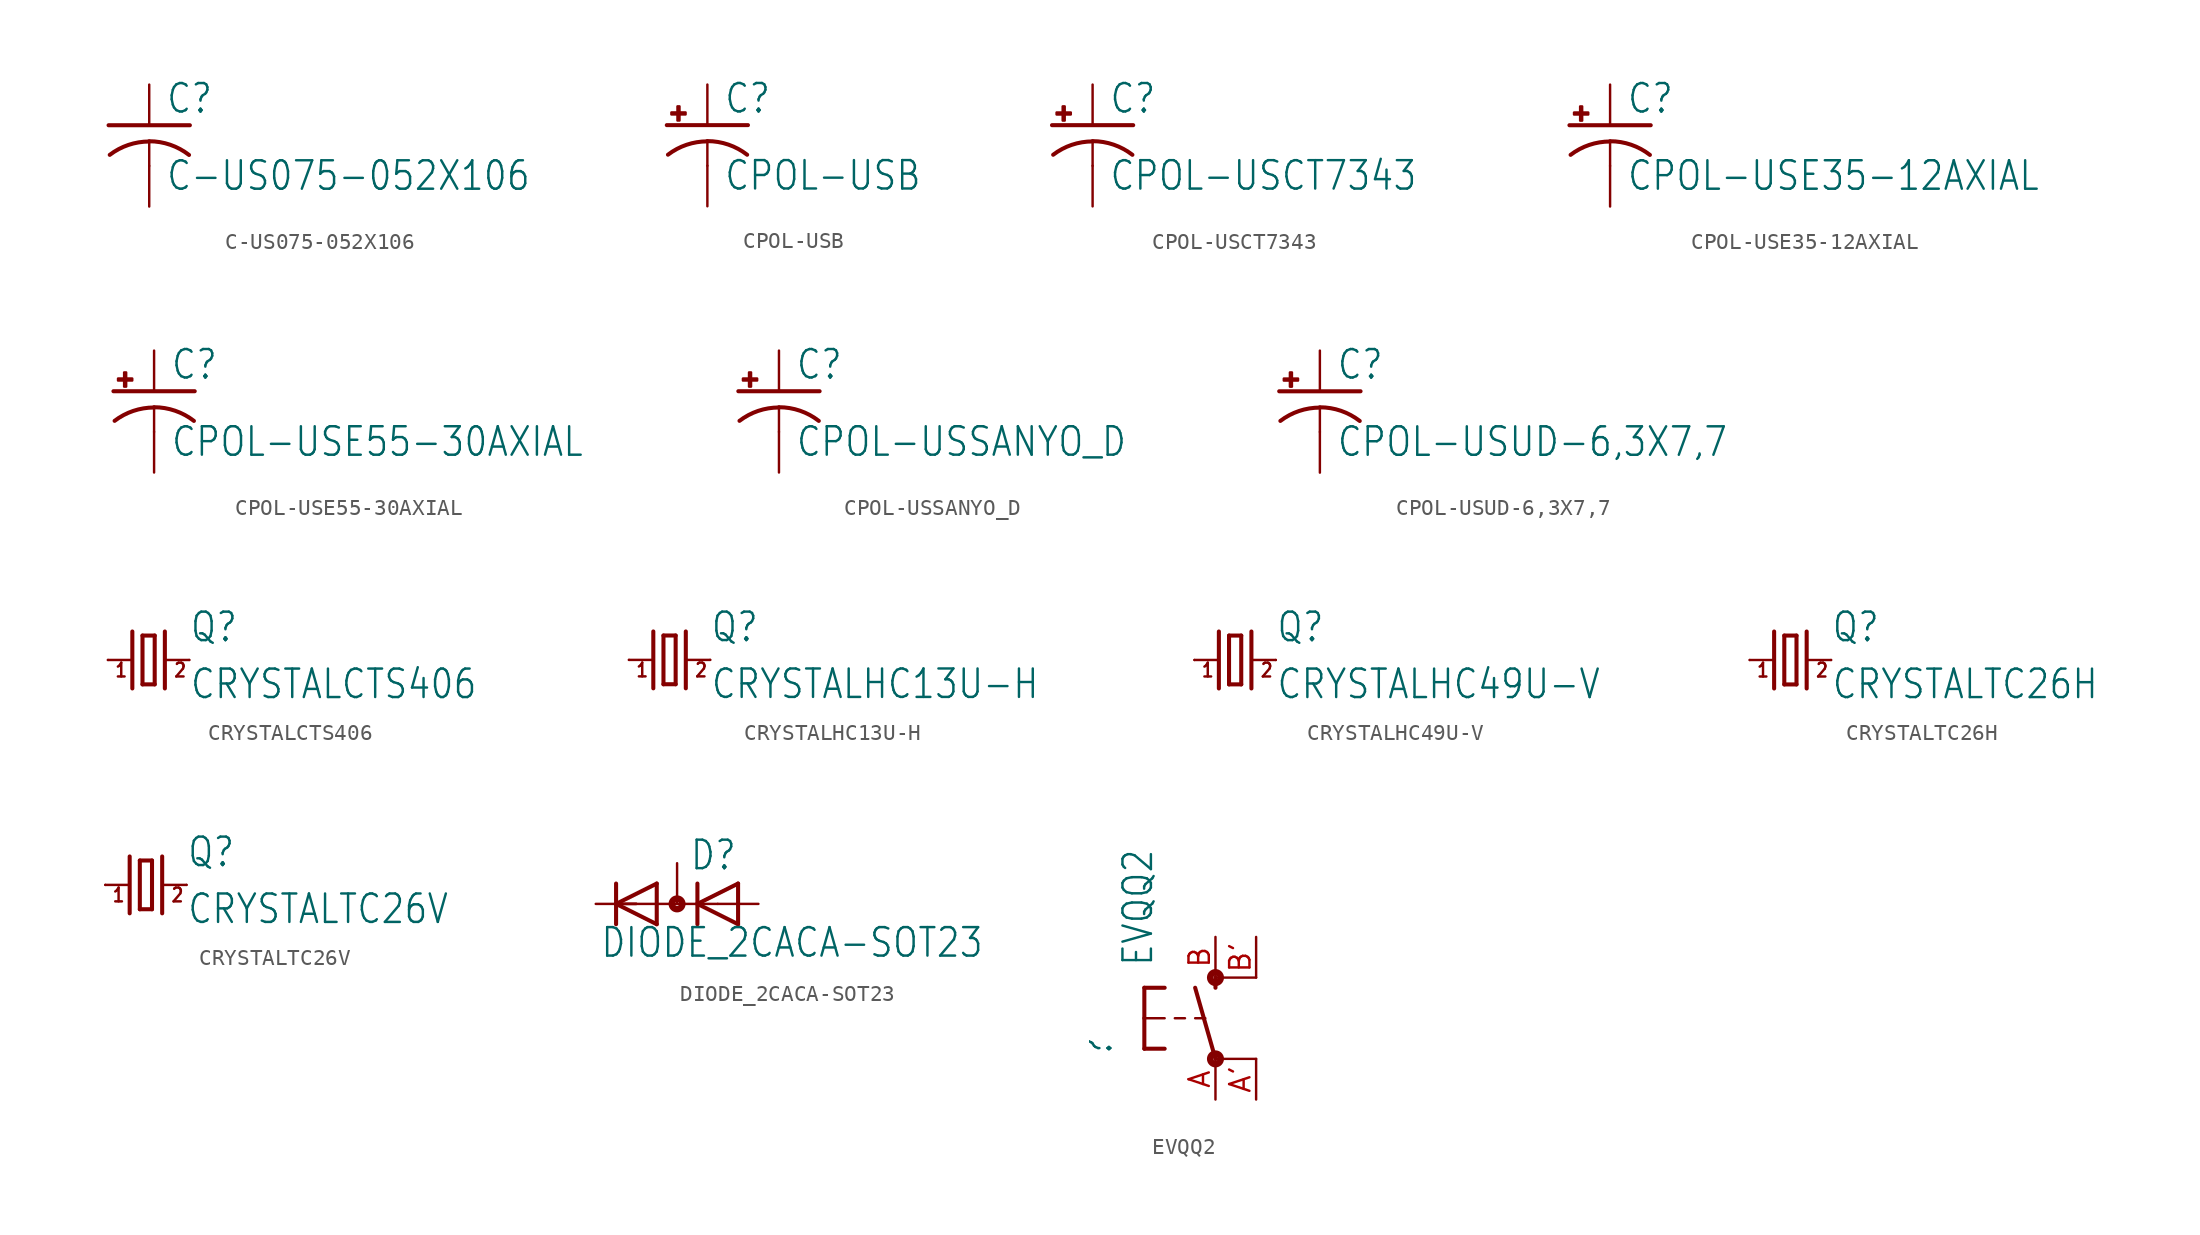
<source format=kicad_sym>
(kicad_symbol_lib
  (version 20211014)
  (generator kicad_symbol_editor)
  (symbol "C-US075-052X106"
    (property "Reference" "C"
      (at 1.016 0.635 0)
      (effects (font (size 1.778 1.511)) (justify left bottom)))
    (property "Value" "C-US075-052X106"
      (at 1.016 -4.191 0)
      (effects (font (size 1.778 1.511)) (justify left bottom)))
    (property "ki_locked" ""
      (at 0 0 0)
      (effects (font (size 1.27 1.27))))
    (symbol "C-US075-052X106_1_0"
      (arc (start 0 -1.0161) (mid -1.302 -1.2303) (end -2.4668 -1.8504) (stroke (width 0.254) (type default) (color 0 0 0 0)) (fill (type none)))
      (polyline (pts (xy -2.54 0) (xy 2.54 0)) (stroke (width 0.254) (type default) (color 0 0 0 0)) (fill (type none)))
      (polyline (pts (xy 0 -1.016) (xy 0 -2.54)) (stroke (width 0.152) (type default) (color 0 0 0 0)) (fill (type none)))
      (arc (start 2.4892 -1.8542) (mid 1.3158 -1.2195) (end 0 -1) (stroke (width 0.254) (type default) (color 0 0 0 0)) (fill (type none)))
      (pin passive line (at 0 2.54 270) (length 2.54) (name "1" (effects (font (size 0 0)))) (number "1" (effects (font (size 0 0)))))
      (pin passive line (at 0 -5.08 90) (length 2.54) (name "2" (effects (font (size 0 0)))) (number "2" (effects (font (size 0 0)))))))
  (symbol "CPOL-USB"
    (property "Reference" "C"
      (at 1.016 0.635 0)
      (effects (font (size 1.778 1.511)) (justify left bottom)))
    (property "Value" "CPOL-USB"
      (at 1.016 -4.191 0)
      (effects (font (size 1.778 1.511)) (justify left bottom)))
    (property "ki_locked" ""
      (at 0 0 0)
      (effects (font (size 1.27 1.27))))
    (symbol "CPOL-USB_1_0"
      (rectangle (start -2.253 0.668) (end -1.364 0.795) (stroke (width 0) (type default) (color 0 0 0 0)) (fill (type outline)))
      (rectangle (start -1.872 0.287) (end -1.745 1.176) (stroke (width 0) (type default) (color 0 0 0 0)) (fill (type outline)))
      (arc (start 0 -1.0161) (mid -1.3021 -1.2302) (end -2.4669 -1.8504) (stroke (width 0.254) (type default) (color 0 0 0 0)) (fill (type none)))
      (polyline (pts (xy -2.54 0) (xy 2.54 0)) (stroke (width 0.254) (type default) (color 0 0 0 0)) (fill (type none)))
      (polyline (pts (xy 0 -1.016) (xy 0 -2.54)) (stroke (width 0.152) (type default) (color 0 0 0 0)) (fill (type none)))
      (arc (start 2.4892 -1.8542) (mid 1.3158 -1.2195) (end 0 -1) (stroke (width 0.254) (type default) (color 0 0 0 0)) (fill (type none)))
      (pin passive line (at 0 2.54 270) (length 2.54) (name "+" (effects (font (size 0 0)))) (number "+" (effects (font (size 0 0)))))
      (pin passive line (at 0 -5.08 90) (length 2.54) (name "-" (effects (font (size 0 0)))) (number "-" (effects (font (size 0 0)))))))
  (symbol "CPOL-USCT7343"
    (property "Reference" "C"
      (at 1.016 0.635 0)
      (effects (font (size 1.778 1.511)) (justify left bottom)))
    (property "Value" "CPOL-USCT7343"
      (at 1.016 -4.191 0)
      (effects (font (size 1.778 1.511)) (justify left bottom)))
    (property "ki_locked" ""
      (at 0 0 0)
      (effects (font (size 1.27 1.27))))
    (symbol "CPOL-USCT7343_1_0"
      (rectangle (start -2.253 0.668) (end -1.364 0.795) (stroke (width 0) (type default) (color 0 0 0 0)) (fill (type outline)))
      (rectangle (start -1.872 0.287) (end -1.745 1.176) (stroke (width 0) (type default) (color 0 0 0 0)) (fill (type outline)))
      (arc (start 0 -1.0161) (mid -1.3021 -1.2302) (end -2.4669 -1.8504) (stroke (width 0.254) (type default) (color 0 0 0 0)) (fill (type none)))
      (polyline (pts (xy -2.54 0) (xy 2.54 0)) (stroke (width 0.254) (type default) (color 0 0 0 0)) (fill (type none)))
      (polyline (pts (xy 0 -1.016) (xy 0 -2.54)) (stroke (width 0.152) (type default) (color 0 0 0 0)) (fill (type none)))
      (arc (start 2.4892 -1.8542) (mid 1.3158 -1.2195) (end 0 -1) (stroke (width 0.254) (type default) (color 0 0 0 0)) (fill (type none)))
      (pin passive line (at 0 2.54 270) (length 2.54) (name "+" (effects (font (size 0 0)))) (number "+" (effects (font (size 0 0)))))
      (pin passive line (at 0 -5.08 90) (length 2.54) (name "-" (effects (font (size 0 0)))) (number "-" (effects (font (size 0 0)))))))
  (symbol "CPOL-USE35-12AXIAL"
    (property "Reference" "C"
      (at 1.016 0.635 0)
      (effects (font (size 1.778 1.511)) (justify left bottom)))
    (property "Value" "CPOL-USE35-12AXIAL"
      (at 1.016 -4.191 0)
      (effects (font (size 1.778 1.511)) (justify left bottom)))
    (property "ki_locked" ""
      (at 0 0 0)
      (effects (font (size 1.27 1.27))))
    (symbol "CPOL-USE35-12AXIAL_1_0"
      (rectangle (start -2.253 0.668) (end -1.364 0.795) (stroke (width 0) (type default) (color 0 0 0 0)) (fill (type outline)))
      (rectangle (start -1.872 0.287) (end -1.745 1.176) (stroke (width 0) (type default) (color 0 0 0 0)) (fill (type outline)))
      (arc (start 0 -1.0161) (mid -1.3021 -1.2302) (end -2.4669 -1.8504) (stroke (width 0.254) (type default) (color 0 0 0 0)) (fill (type none)))
      (polyline (pts (xy -2.54 0) (xy 2.54 0)) (stroke (width 0.254) (type default) (color 0 0 0 0)) (fill (type none)))
      (polyline (pts (xy 0 -1.016) (xy 0 -2.54)) (stroke (width 0.152) (type default) (color 0 0 0 0)) (fill (type none)))
      (arc (start 2.4892 -1.8542) (mid 1.3158 -1.2195) (end 0 -1) (stroke (width 0.254) (type default) (color 0 0 0 0)) (fill (type none)))
      (pin passive line (at 0 2.54 270) (length 2.54) (name "+" (effects (font (size 0 0)))) (number "+" (effects (font (size 0 0)))))
      (pin passive line (at 0 -5.08 90) (length 2.54) (name "-" (effects (font (size 0 0)))) (number "-" (effects (font (size 0 0)))))))
  (symbol "CPOL-USE55-30AXIAL"
    (property "Reference" "C"
      (at 1.016 0.635 0)
      (effects (font (size 1.778 1.511)) (justify left bottom)))
    (property "Value" "CPOL-USE55-30AXIAL"
      (at 1.016 -4.191 0)
      (effects (font (size 1.778 1.511)) (justify left bottom)))
    (property "ki_locked" ""
      (at 0 0 0)
      (effects (font (size 1.27 1.27))))
    (symbol "CPOL-USE55-30AXIAL_1_0"
      (rectangle (start -2.253 0.668) (end -1.364 0.795) (stroke (width 0) (type default) (color 0 0 0 0)) (fill (type outline)))
      (rectangle (start -1.872 0.287) (end -1.745 1.176) (stroke (width 0) (type default) (color 0 0 0 0)) (fill (type outline)))
      (arc (start 0 -1.0161) (mid -1.3021 -1.2302) (end -2.4669 -1.8504) (stroke (width 0.254) (type default) (color 0 0 0 0)) (fill (type none)))
      (polyline (pts (xy -2.54 0) (xy 2.54 0)) (stroke (width 0.254) (type default) (color 0 0 0 0)) (fill (type none)))
      (polyline (pts (xy 0 -1.016) (xy 0 -2.54)) (stroke (width 0.152) (type default) (color 0 0 0 0)) (fill (type none)))
      (arc (start 2.4892 -1.8542) (mid 1.3158 -1.2195) (end 0 -1) (stroke (width 0.254) (type default) (color 0 0 0 0)) (fill (type none)))
      (pin passive line (at 0 2.54 270) (length 2.54) (name "+" (effects (font (size 0 0)))) (number "+" (effects (font (size 0 0)))))
      (pin passive line (at 0 -5.08 90) (length 2.54) (name "-" (effects (font (size 0 0)))) (number "-" (effects (font (size 0 0)))))))
  (symbol "CPOL-USSANYO_D"
    (property "Reference" "C"
      (at 1.016 0.635 0)
      (effects (font (size 1.778 1.511)) (justify left bottom)))
    (property "Value" "CPOL-USSANYO_D"
      (at 1.016 -4.191 0)
      (effects (font (size 1.778 1.511)) (justify left bottom)))
    (property "ki_locked" ""
      (at 0 0 0)
      (effects (font (size 1.27 1.27))))
    (symbol "CPOL-USSANYO_D_1_0"
      (rectangle (start -2.253 0.668) (end -1.364 0.795) (stroke (width 0) (type default) (color 0 0 0 0)) (fill (type outline)))
      (rectangle (start -1.872 0.287) (end -1.745 1.176) (stroke (width 0) (type default) (color 0 0 0 0)) (fill (type outline)))
      (arc (start 0 -1.0161) (mid -1.3021 -1.2302) (end -2.4669 -1.8504) (stroke (width 0.254) (type default) (color 0 0 0 0)) (fill (type none)))
      (polyline (pts (xy -2.54 0) (xy 2.54 0)) (stroke (width 0.254) (type default) (color 0 0 0 0)) (fill (type none)))
      (polyline (pts (xy 0 -1.016) (xy 0 -2.54)) (stroke (width 0.152) (type default) (color 0 0 0 0)) (fill (type none)))
      (arc (start 2.4892 -1.8542) (mid 1.3158 -1.2195) (end 0 -1) (stroke (width 0.254) (type default) (color 0 0 0 0)) (fill (type none)))
      (pin passive line (at 0 2.54 270) (length 2.54) (name "+" (effects (font (size 0 0)))) (number "+" (effects (font (size 0 0)))))
      (pin passive line (at 0 -5.08 90) (length 2.54) (name "-" (effects (font (size 0 0)))) (number "-" (effects (font (size 0 0)))))))
  (symbol "CPOL-USUD-6,3X7,7"
    (property "Reference" "C"
      (at 1.016 0.635 0)
      (effects (font (size 1.778 1.511)) (justify left bottom)))
    (property "Value" "CPOL-USUD-6,3X7,7"
      (at 1.016 -4.191 0)
      (effects (font (size 1.778 1.511)) (justify left bottom)))
    (property "ki_locked" ""
      (at 0 0 0)
      (effects (font (size 1.27 1.27))))
    (symbol "CPOL-USUD-6,3X7,7_1_0"
      (rectangle (start -2.253 0.668) (end -1.364 0.795) (stroke (width 0) (type default) (color 0 0 0 0)) (fill (type outline)))
      (rectangle (start -1.872 0.287) (end -1.745 1.176) (stroke (width 0) (type default) (color 0 0 0 0)) (fill (type outline)))
      (arc (start 0 -1.0161) (mid -1.3021 -1.2302) (end -2.4669 -1.8504) (stroke (width 0.254) (type default) (color 0 0 0 0)) (fill (type none)))
      (polyline (pts (xy -2.54 0) (xy 2.54 0)) (stroke (width 0.254) (type default) (color 0 0 0 0)) (fill (type none)))
      (polyline (pts (xy 0 -1.016) (xy 0 -2.54)) (stroke (width 0.152) (type default) (color 0 0 0 0)) (fill (type none)))
      (arc (start 2.4892 -1.8542) (mid 1.3158 -1.2195) (end 0 -1) (stroke (width 0.254) (type default) (color 0 0 0 0)) (fill (type none)))
      (pin passive line (at 0 2.54 270) (length 2.54) (name "+" (effects (font (size 0 0)))) (number "+" (effects (font (size 0 0)))))
      (pin passive line (at 0 -5.08 90) (length 2.54) (name "-" (effects (font (size 0 0)))) (number "-" (effects (font (size 0 0)))))))
  (symbol "CRYSTALCTS406"
    (property "Reference" "Q"
      (at 2.54 1.016 0)
      (effects (font (size 1.778 1.511)) (justify left bottom)))
    (property "Value" "CRYSTALCTS406"
      (at 2.54 -2.54 0)
      (effects (font (size 1.778 1.511)) (justify left bottom)))
    (property "ki_locked" ""
      (at 0 0 0)
      (effects (font (size 1.27 1.27))))
    (symbol "CRYSTALCTS406_1_0"
      (polyline (pts (xy -2.54 0) (xy -1.016 0)) (stroke (width 0.152) (type default) (color 0 0 0 0)) (fill (type none)))
      (polyline (pts (xy -1.016 1.778) (xy -1.016 -1.778)) (stroke (width 0.254) (type default) (color 0 0 0 0)) (fill (type none)))
      (polyline (pts (xy -0.381 -1.524) (xy 0.381 -1.524)) (stroke (width 0.254) (type default) (color 0 0 0 0)) (fill (type none)))
      (polyline (pts (xy -0.381 1.524) (xy -0.381 -1.524)) (stroke (width 0.254) (type default) (color 0 0 0 0)) (fill (type none)))
      (polyline (pts (xy 0.381 -1.524) (xy 0.381 1.524)) (stroke (width 0.254) (type default) (color 0 0 0 0)) (fill (type none)))
      (polyline (pts (xy 0.381 1.524) (xy -0.381 1.524)) (stroke (width 0.254) (type default) (color 0 0 0 0)) (fill (type none)))
      (polyline (pts (xy 1.016 0) (xy 2.54 0)) (stroke (width 0.152) (type default) (color 0 0 0 0)) (fill (type none)))
      (polyline (pts (xy 1.016 1.778) (xy 1.016 -1.778)) (stroke (width 0.254) (type default) (color 0 0 0 0)) (fill (type none)))
      (text "1" (at -2.159 -1.143 0) (effects (font (size 0.864 0.734)) (justify left bottom)))
      (text "2" (at 1.524 -1.143 0) (effects (font (size 0.864 0.734)) (justify left bottom)))
      (pin passive line (at -2.54 0 0) (length 0) (name "1" (effects (font (size 0 0)))) (number "1" (effects (font (size 0 0)))))
      (pin passive line (at 2.54 0 180) (length 0) (name "2" (effects (font (size 0 0)))) (number "3" (effects (font (size 0 0)))))))
  (symbol "CRYSTALHC13U-H"
    (property "Reference" "Q"
      (at 2.54 1.016 0)
      (effects (font (size 1.778 1.511)) (justify left bottom)))
    (property "Value" "CRYSTALHC13U-H"
      (at 2.54 -2.54 0)
      (effects (font (size 1.778 1.511)) (justify left bottom)))
    (property "ki_locked" ""
      (at 0 0 0)
      (effects (font (size 1.27 1.27))))
    (symbol "CRYSTALHC13U-H_1_0"
      (polyline (pts (xy -2.54 0) (xy -1.016 0)) (stroke (width 0.152) (type default) (color 0 0 0 0)) (fill (type none)))
      (polyline (pts (xy -1.016 1.778) (xy -1.016 -1.778)) (stroke (width 0.254) (type default) (color 0 0 0 0)) (fill (type none)))
      (polyline (pts (xy -0.381 -1.524) (xy 0.381 -1.524)) (stroke (width 0.254) (type default) (color 0 0 0 0)) (fill (type none)))
      (polyline (pts (xy -0.381 1.524) (xy -0.381 -1.524)) (stroke (width 0.254) (type default) (color 0 0 0 0)) (fill (type none)))
      (polyline (pts (xy 0.381 -1.524) (xy 0.381 1.524)) (stroke (width 0.254) (type default) (color 0 0 0 0)) (fill (type none)))
      (polyline (pts (xy 0.381 1.524) (xy -0.381 1.524)) (stroke (width 0.254) (type default) (color 0 0 0 0)) (fill (type none)))
      (polyline (pts (xy 1.016 0) (xy 2.54 0)) (stroke (width 0.152) (type default) (color 0 0 0 0)) (fill (type none)))
      (polyline (pts (xy 1.016 1.778) (xy 1.016 -1.778)) (stroke (width 0.254) (type default) (color 0 0 0 0)) (fill (type none)))
      (text "1" (at -2.159 -1.143 0) (effects (font (size 0.864 0.734)) (justify left bottom)))
      (text "2" (at 1.524 -1.143 0) (effects (font (size 0.864 0.734)) (justify left bottom)))
      (pin passive line (at -2.54 0 0) (length 0) (name "1" (effects (font (size 0 0)))) (number "1" (effects (font (size 0 0)))))
      (pin passive line (at 2.54 0 180) (length 0) (name "2" (effects (font (size 0 0)))) (number "2" (effects (font (size 0 0)))))))
  (symbol "CRYSTALHC49U-V"
    (property "Reference" "Q"
      (at 2.54 1.016 0)
      (effects (font (size 1.778 1.511)) (justify left bottom)))
    (property "Value" "CRYSTALHC49U-V"
      (at 2.54 -2.54 0)
      (effects (font (size 1.778 1.511)) (justify left bottom)))
    (property "ki_locked" ""
      (at 0 0 0)
      (effects (font (size 1.27 1.27))))
    (symbol "CRYSTALHC49U-V_1_0"
      (polyline (pts (xy -2.54 0) (xy -1.016 0)) (stroke (width 0.152) (type default) (color 0 0 0 0)) (fill (type none)))
      (polyline (pts (xy -1.016 1.778) (xy -1.016 -1.778)) (stroke (width 0.254) (type default) (color 0 0 0 0)) (fill (type none)))
      (polyline (pts (xy -0.381 -1.524) (xy 0.381 -1.524)) (stroke (width 0.254) (type default) (color 0 0 0 0)) (fill (type none)))
      (polyline (pts (xy -0.381 1.524) (xy -0.381 -1.524)) (stroke (width 0.254) (type default) (color 0 0 0 0)) (fill (type none)))
      (polyline (pts (xy 0.381 -1.524) (xy 0.381 1.524)) (stroke (width 0.254) (type default) (color 0 0 0 0)) (fill (type none)))
      (polyline (pts (xy 0.381 1.524) (xy -0.381 1.524)) (stroke (width 0.254) (type default) (color 0 0 0 0)) (fill (type none)))
      (polyline (pts (xy 1.016 0) (xy 2.54 0)) (stroke (width 0.152) (type default) (color 0 0 0 0)) (fill (type none)))
      (polyline (pts (xy 1.016 1.778) (xy 1.016 -1.778)) (stroke (width 0.254) (type default) (color 0 0 0 0)) (fill (type none)))
      (text "1" (at -2.159 -1.143 0) (effects (font (size 0.864 0.734)) (justify left bottom)))
      (text "2" (at 1.524 -1.143 0) (effects (font (size 0.864 0.734)) (justify left bottom)))
      (pin passive line (at -2.54 0 0) (length 0) (name "1" (effects (font (size 0 0)))) (number "1" (effects (font (size 0 0)))))
      (pin passive line (at 2.54 0 180) (length 0) (name "2" (effects (font (size 0 0)))) (number "2" (effects (font (size 0 0)))))))
  (symbol "CRYSTALTC26H"
    (property "Reference" "Q"
      (at 2.54 1.016 0)
      (effects (font (size 1.778 1.511)) (justify left bottom)))
    (property "Value" "CRYSTALTC26H"
      (at 2.54 -2.54 0)
      (effects (font (size 1.778 1.511)) (justify left bottom)))
    (property "ki_locked" ""
      (at 0 0 0)
      (effects (font (size 1.27 1.27))))
    (symbol "CRYSTALTC26H_1_0"
      (polyline (pts (xy -2.54 0) (xy -1.016 0)) (stroke (width 0.152) (type default) (color 0 0 0 0)) (fill (type none)))
      (polyline (pts (xy -1.016 1.778) (xy -1.016 -1.778)) (stroke (width 0.254) (type default) (color 0 0 0 0)) (fill (type none)))
      (polyline (pts (xy -0.381 -1.524) (xy 0.381 -1.524)) (stroke (width 0.254) (type default) (color 0 0 0 0)) (fill (type none)))
      (polyline (pts (xy -0.381 1.524) (xy -0.381 -1.524)) (stroke (width 0.254) (type default) (color 0 0 0 0)) (fill (type none)))
      (polyline (pts (xy 0.381 -1.524) (xy 0.381 1.524)) (stroke (width 0.254) (type default) (color 0 0 0 0)) (fill (type none)))
      (polyline (pts (xy 0.381 1.524) (xy -0.381 1.524)) (stroke (width 0.254) (type default) (color 0 0 0 0)) (fill (type none)))
      (polyline (pts (xy 1.016 0) (xy 2.54 0)) (stroke (width 0.152) (type default) (color 0 0 0 0)) (fill (type none)))
      (polyline (pts (xy 1.016 1.778) (xy 1.016 -1.778)) (stroke (width 0.254) (type default) (color 0 0 0 0)) (fill (type none)))
      (text "1" (at -2.159 -1.143 0) (effects (font (size 0.864 0.734)) (justify left bottom)))
      (text "2" (at 1.524 -1.143 0) (effects (font (size 0.864 0.734)) (justify left bottom)))
      (pin passive line (at -2.54 0 0) (length 0) (name "1" (effects (font (size 0 0)))) (number "1" (effects (font (size 0 0)))))
      (pin passive line (at 2.54 0 180) (length 0) (name "2" (effects (font (size 0 0)))) (number "2" (effects (font (size 0 0)))))))
  (symbol "CRYSTALTC26V"
    (property "Reference" "Q"
      (at 2.54 1.016 0)
      (effects (font (size 1.778 1.511)) (justify left bottom)))
    (property "Value" "CRYSTALTC26V"
      (at 2.54 -2.54 0)
      (effects (font (size 1.778 1.511)) (justify left bottom)))
    (property "ki_locked" ""
      (at 0 0 0)
      (effects (font (size 1.27 1.27))))
    (symbol "CRYSTALTC26V_1_0"
      (polyline (pts (xy -2.54 0) (xy -1.016 0)) (stroke (width 0.152) (type default) (color 0 0 0 0)) (fill (type none)))
      (polyline (pts (xy -1.016 1.778) (xy -1.016 -1.778)) (stroke (width 0.254) (type default) (color 0 0 0 0)) (fill (type none)))
      (polyline (pts (xy -0.381 -1.524) (xy 0.381 -1.524)) (stroke (width 0.254) (type default) (color 0 0 0 0)) (fill (type none)))
      (polyline (pts (xy -0.381 1.524) (xy -0.381 -1.524)) (stroke (width 0.254) (type default) (color 0 0 0 0)) (fill (type none)))
      (polyline (pts (xy 0.381 -1.524) (xy 0.381 1.524)) (stroke (width 0.254) (type default) (color 0 0 0 0)) (fill (type none)))
      (polyline (pts (xy 0.381 1.524) (xy -0.381 1.524)) (stroke (width 0.254) (type default) (color 0 0 0 0)) (fill (type none)))
      (polyline (pts (xy 1.016 0) (xy 2.54 0)) (stroke (width 0.152) (type default) (color 0 0 0 0)) (fill (type none)))
      (polyline (pts (xy 1.016 1.778) (xy 1.016 -1.778)) (stroke (width 0.254) (type default) (color 0 0 0 0)) (fill (type none)))
      (text "1" (at -2.159 -1.143 0) (effects (font (size 0.864 0.734)) (justify left bottom)))
      (text "2" (at 1.524 -1.143 0) (effects (font (size 0.864 0.734)) (justify left bottom)))
      (pin passive line (at -2.54 0 0) (length 0) (name "1" (effects (font (size 0 0)))) (number "1" (effects (font (size 0 0)))))
      (pin passive line (at 2.54 0 180) (length 0) (name "2" (effects (font (size 0 0)))) (number "2" (effects (font (size 0 0)))))))
  (symbol "DIODE_2CACA-SOT23"
    (property "Reference" "D"
      (at 0.762 2.007 0)
      (effects (font (size 1.778 1.511)) (justify left bottom)))
    (property "Value" "DIODE_2CACA-SOT23"
      (at -4.826 -3.454 0)
      (effects (font (size 1.778 1.511)) (justify left bottom)))
    (property "ki_locked" ""
      (at 0 0 0)
      (effects (font (size 1.27 1.27))))
    (symbol "DIODE_2CACA-SOT23_1_0"
      (polyline (pts (xy -3.81 -1.27) (xy -3.81 0)) (stroke (width 0.254) (type default) (color 0 0 0 0)) (fill (type none)))
      (polyline (pts (xy -3.81 0) (xy -3.81 1.27)) (stroke (width 0.254) (type default) (color 0 0 0 0)) (fill (type none)))
      (polyline (pts (xy -3.81 0) (xy -1.27 -1.27)) (stroke (width 0.254) (type default) (color 0 0 0 0)) (fill (type none)))
      (polyline (pts (xy -3.81 0) (xy 1.27 0)) (stroke (width 0.152) (type default) (color 0 0 0 0)) (fill (type none)))
      (polyline (pts (xy -2.54 0) (xy -3.81 0)) (stroke (width 0.152) (type default) (color 0 0 0 0)) (fill (type none)))
      (polyline (pts (xy -1.27 -1.27) (xy -1.27 1.27)) (stroke (width 0.254) (type default) (color 0 0 0 0)) (fill (type none)))
      (polyline (pts (xy -1.27 1.27) (xy -3.81 0)) (stroke (width 0.254) (type default) (color 0 0 0 0)) (fill (type none)))
      (polyline (pts (xy 1.27 -1.27) (xy 1.27 0)) (stroke (width 0.254) (type default) (color 0 0 0 0)) (fill (type none)))
      (polyline (pts (xy 1.27 0) (xy 1.27 1.27)) (stroke (width 0.254) (type default) (color 0 0 0 0)) (fill (type none)))
      (polyline (pts (xy 1.27 0) (xy 3.81 -1.27)) (stroke (width 0.254) (type default) (color 0 0 0 0)) (fill (type none)))
      (polyline (pts (xy 2.54 0) (xy 1.27 0)) (stroke (width 0.152) (type default) (color 0 0 0 0)) (fill (type none)))
      (polyline (pts (xy 3.81 -1.27) (xy 3.81 1.27)) (stroke (width 0.254) (type default) (color 0 0 0 0)) (fill (type none)))
      (polyline (pts (xy 3.81 1.27) (xy 1.27 0)) (stroke (width 0.254) (type default) (color 0 0 0 0)) (fill (type none)))
      (circle (center 0 0) (radius 0.127) (stroke (width 0.406) (type default) (color 0 0 0 0)) (fill (type none)))
      (pin passive line (at 5.08 0 180) (length 2.54) (name "A" (effects (font (size 0 0)))) (number "1" (effects (font (size 0 0)))))
      (pin passive line (at -5.08 0 0) (length 2.54) (name "C" (effects (font (size 0 0)))) (number "2" (effects (font (size 0 0)))))
      (pin passive line (at 0 2.54 270) (length 2.54) (name "AC" (effects (font (size 0 0)))) (number "3" (effects (font (size 0 0)))))))
  (symbol "EVQQ2"
    (property "Reference" ""
      (at -6.35 -2.54 90)
      (effects (font (size 1.778 1.511)) (justify left bottom)))
    (property "Value" "EVQQ2"
      (at -3.81 3.175 90)
      (effects (font (size 1.778 1.511)) (justify left bottom)))
    (property "ki_locked" ""
      (at 0 0 0)
      (effects (font (size 1.27 1.27))))
    (symbol "EVQQ2_1_0"
      (circle (center 0 -2.54) (radius 0.127) (stroke (width 0.406) (type default) (color 0 0 0 0)) (fill (type none)))
      (polyline (pts (xy -4.445 -1.905) (xy -3.175 -1.905)) (stroke (width 0.254) (type default) (color 0 0 0 0)) (fill (type none)))
      (polyline (pts (xy -4.445 0) (xy -4.445 -1.905)) (stroke (width 0.254) (type default) (color 0 0 0 0)) (fill (type none)))
      (polyline (pts (xy -4.445 0) (xy -3.175 0)) (stroke (width 0.152) (type default) (color 0 0 0 0)) (fill (type none)))
      (polyline (pts (xy -4.445 1.905) (xy -4.445 0)) (stroke (width 0.254) (type default) (color 0 0 0 0)) (fill (type none)))
      (polyline (pts (xy -4.445 1.905) (xy -3.175 1.905)) (stroke (width 0.254) (type default) (color 0 0 0 0)) (fill (type none)))
      (polyline (pts (xy -2.54 0) (xy -1.905 0)) (stroke (width 0.152) (type default) (color 0 0 0 0)) (fill (type none)))
      (polyline (pts (xy -1.27 0) (xy -0.635 0)) (stroke (width 0.152) (type default) (color 0 0 0 0)) (fill (type none)))
      (polyline (pts (xy 0 -2.54) (xy -1.27 1.905)) (stroke (width 0.254) (type default) (color 0 0 0 0)) (fill (type none)))
      (polyline (pts (xy 0 1.905) (xy 0 2.54)) (stroke (width 0.254) (type default) (color 0 0 0 0)) (fill (type none)))
      (polyline (pts (xy 2.54 -2.54) (xy 0 -2.54)) (stroke (width 0.152) (type default) (color 0 0 0 0)) (fill (type none)))
      (polyline (pts (xy 2.54 2.54) (xy 0 2.54)) (stroke (width 0.152) (type default) (color 0 0 0 0)) (fill (type none)))
      (circle (center 0 2.54) (radius 0.127) (stroke (width 0.406) (type default) (color 0 0 0 0)) (fill (type none)))
      (pin passive line (at 0 -5.08 90) (length 2.54) (name "P" (effects (font (size 0 0)))) (number "A" (effects (font (size 1.27 1.27)))))
      (pin passive line (at 2.54 -5.08 90) (length 2.54) (name "P1" (effects (font (size 0 0)))) (number "A'" (effects (font (size 1.27 1.27)))))
      (pin passive line (at 0 5.08 270) (length 2.54) (name "S" (effects (font (size 0 0)))) (number "B" (effects (font (size 1.27 1.27)))))
      (pin passive line (at 2.54 5.08 270) (length 2.54) (name "S1" (effects (font (size 0 0)))) (number "B'" (effects (font (size 1.27 1.27))))))))
</source>
